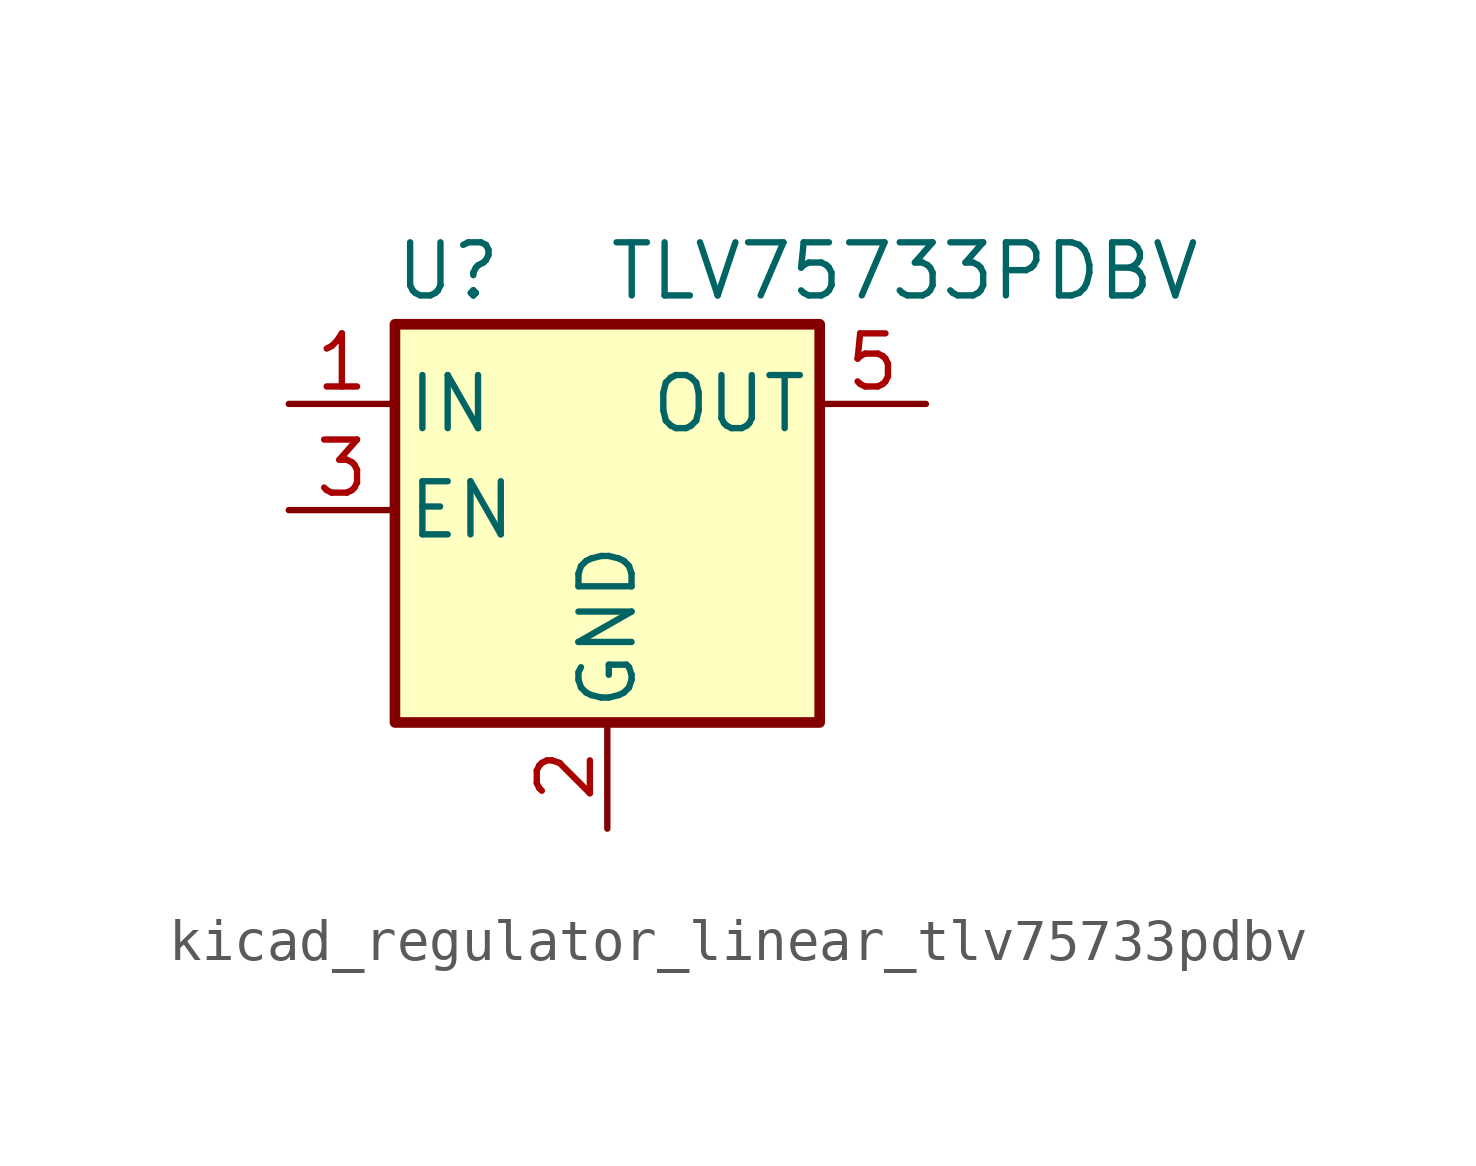
<source format=kicad_sym>
(kicad_symbol_lib
  (version 20220914)
  (generator kicad_symbol_editor)
  (symbol "kicad_regulator_linear_tlv75733pdbv"
    (pin_names
      (offset 0.254))
    (property "Reference" "U"
      (at -3.81 5.715 0)
      (effects (font (size 1.27 1.27))))
    (property "Value" "TLV75733PDBV"
      (at 0 5.715 0)
      (effects (font (size 1.27 1.27)) (justify left)))
    (symbol "kicad_regulator_linear_tlv75733pdbv_0_1"
      (rectangle (start -5.08 4.445) (end 5.08 -5.08) (stroke (width 0.254) (type default)) (fill (type background))))
    (symbol "kicad_regulator_linear_tlv75733pdbv_1_1"
      (pin power_in line (at -7.62 2.54 0) (length 2.54) (name "IN" (effects (font (size 1.27 1.27)))) (number "1" (effects (font (size 1.27 1.27)))))
      (pin power_in line (at 0 -7.62 90) (length 2.54) (name "GND" (effects (font (size 1.27 1.27)))) (number "2" (effects (font (size 1.27 1.27)))))
      (pin input line (at -7.62 0 0) (length 2.54) (name "EN" (effects (font (size 1.27 1.27)))) (number "3" (effects (font (size 1.27 1.27)))))
      (pin no_connect line (at 5.08 0 180) (length 2.54) hide (name "NC" (effects (font (size 1.27 1.27)))) (number "4" (effects (font (size 1.27 1.27)))))
      (pin power_out line (at 7.62 2.54 180) (length 2.54) (name "OUT" (effects (font (size 1.27 1.27)))) (number "5" (effects (font (size 1.27 1.27))))))))
</source>
